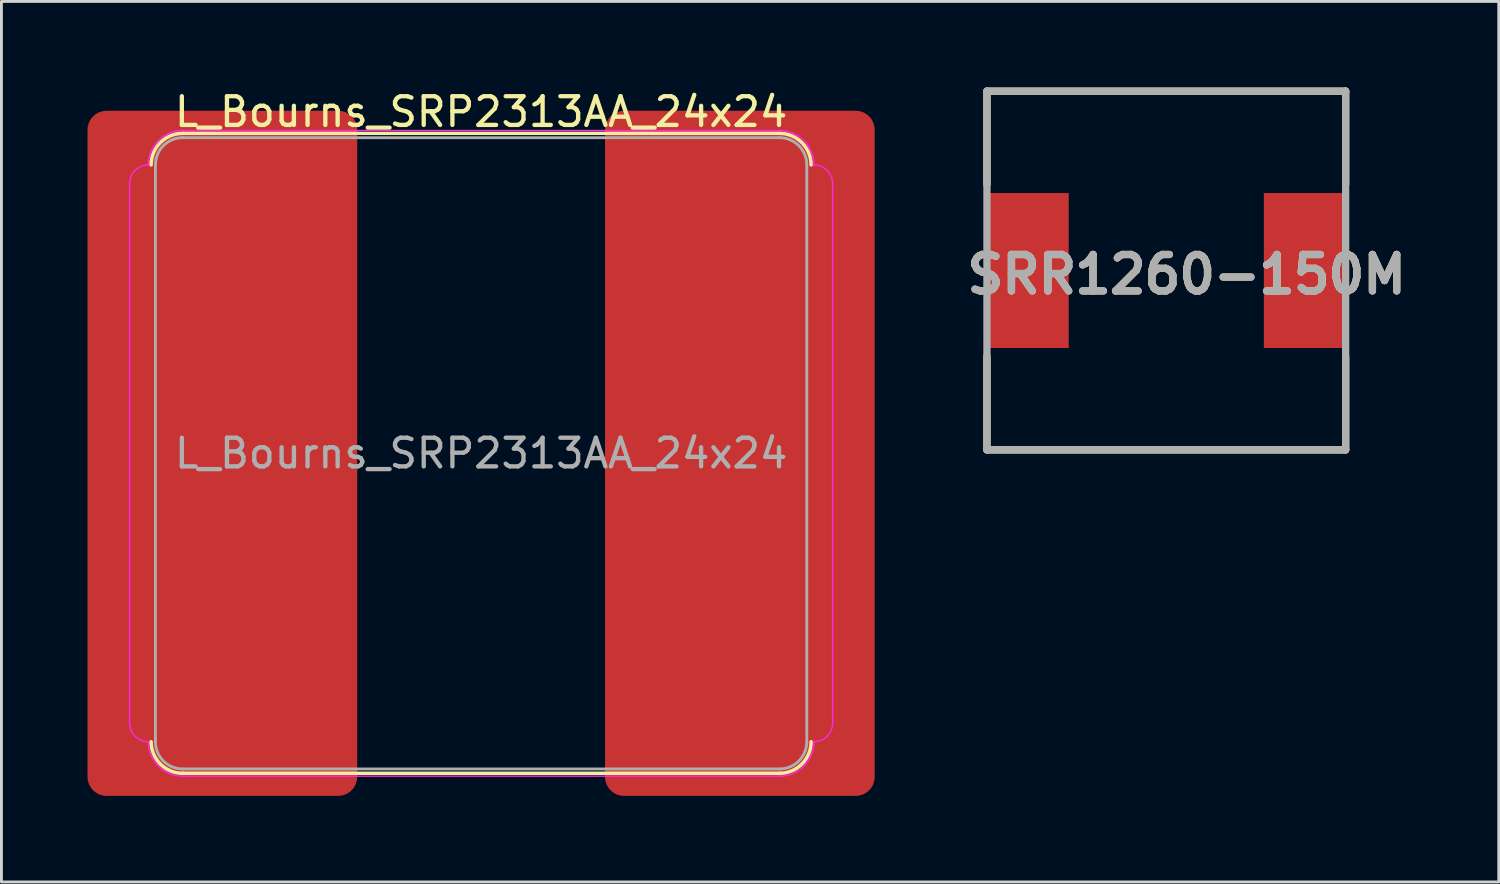
<source format=kicad_pcb>
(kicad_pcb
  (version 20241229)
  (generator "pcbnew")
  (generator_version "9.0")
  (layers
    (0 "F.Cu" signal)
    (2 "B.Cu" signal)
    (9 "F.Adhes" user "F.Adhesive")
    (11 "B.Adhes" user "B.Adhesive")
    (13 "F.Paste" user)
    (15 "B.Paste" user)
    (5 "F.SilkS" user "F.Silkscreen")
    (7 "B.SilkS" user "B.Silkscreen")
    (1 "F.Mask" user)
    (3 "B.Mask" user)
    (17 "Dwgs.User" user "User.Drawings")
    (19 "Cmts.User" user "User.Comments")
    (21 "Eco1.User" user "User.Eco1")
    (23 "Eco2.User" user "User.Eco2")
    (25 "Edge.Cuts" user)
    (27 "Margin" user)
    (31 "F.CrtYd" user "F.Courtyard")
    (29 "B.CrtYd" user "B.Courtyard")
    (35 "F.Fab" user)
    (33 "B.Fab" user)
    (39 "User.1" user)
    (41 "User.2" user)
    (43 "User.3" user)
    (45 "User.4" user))
  (footprint "L_Bourns_SRP2313AA_24x24"
    (layer "F.Cu")
    (at 13.716 12.748)
    (property "Reference" "L_Bourns_SRP2313AA_24x24" (at 0 -11.9 0) (layer "F.SilkS") (effects (font (size 1 1) (thickness 0.15))))
    (attr smd)
    (fp_line (start -10.4 -11.15) (end 10.4 -11.15) (stroke (width 0.12) (type solid)) (layer "F.SilkS"))
    (fp_line (start 10.4 11.15) (end -10.4 11.15) (stroke (width 0.12) (type solid)) (layer "F.SilkS"))
    (fp_arc (start -11.5 -10.05) (mid -11.177817 -10.827817) (end -10.4 -11.15) (stroke (width 0.12) (type solid)) (layer "F.SilkS"))
    (fp_arc (start -10.4 11.15) (mid -11.177817 10.827817) (end -11.5 10.05) (stroke (width 0.12) (type solid)) (layer "F.SilkS"))
    (fp_arc (start 10.4 -11.15) (mid 11.177817 -10.827817) (end 11.5 -10.05) (stroke (width 0.12) (type solid)) (layer "F.SilkS"))
    (fp_arc (start 11.5 10.05) (mid 11.177817 10.827817) (end 10.4 11.15) (stroke (width 0.12) (type solid)) (layer "F.SilkS"))
    (fp_line (start -12.25 9.4) (end -12.25 -9.4) (stroke (width 0.05) (type solid)) (layer "F.CrtYd"))
    (fp_line (start -10.4 -11.25) (end 10.4 -11.25) (stroke (width 0.05) (type solid)) (layer "F.CrtYd"))
    (fp_line (start 10.4 11.25) (end -10.4 11.25) (stroke (width 0.05) (type solid)) (layer "F.CrtYd"))
    (fp_line (start 12.25 -9.4) (end 12.25 9.4) (stroke (width 0.05) (type solid)) (layer "F.CrtYd"))
    (fp_arc (start -12.25 -9.4) (mid -12.059619 -9.859619) (end -11.6 -10.05) (stroke (width 0.05) (type solid)) (layer "F.CrtYd"))
    (fp_arc (start -11.6 -10.05) (mid -11.248528 -10.898528) (end -10.4 -11.25) (stroke (width 0.05) (type solid)) (layer "F.CrtYd"))
    (fp_arc (start -11.6 10.05) (mid -12.059619 9.859619) (end -12.25 9.4) (stroke (width 0.05) (type solid)) (layer "F.CrtYd"))
    (fp_arc (start -10.4 11.25) (mid -11.248528 10.898528) (end -11.6 10.05) (stroke (width 0.05) (type solid)) (layer "F.CrtYd"))
    (fp_arc (start 10.4 -11.25) (mid 11.248528 -10.898528) (end 11.6 -10.05) (stroke (width 0.05) (type solid)) (layer "F.CrtYd"))
    (fp_arc (start 11.6 -10.05) (mid 12.059619 -9.859619) (end 12.25 -9.4) (stroke (width 0.05) (type solid)) (layer "F.CrtYd"))
    (fp_arc (start 11.6 10.05) (mid 11.248528 10.898528) (end 10.4 11.25) (stroke (width 0.05) (type solid)) (layer "F.CrtYd"))
    (fp_arc (start 12.25 9.4) (mid 12.059619 9.859619) (end 11.6 10.05) (stroke (width 0.05) (type solid)) (layer "F.CrtYd"))
    (fp_line (start -11.35 -10.05) (end -11.35 10.05) (stroke (width 0.1) (type solid)) (layer "F.Fab"))
    (fp_line (start -10.4 -11) (end 10.4 -11) (stroke (width 0.1) (type solid)) (layer "F.Fab"))
    (fp_line (start 10.4 11) (end -10.4 11) (stroke (width 0.1) (type solid)) (layer "F.Fab"))
    (fp_line (start 11.35 -10.05) (end 11.35 10.05) (stroke (width 0.1) (type solid)) (layer "F.Fab"))
    (fp_arc (start -11.35 -10.05) (mid -11.071751 -10.721751) (end -10.4 -11) (stroke (width 0.1) (type solid)) (layer "F.Fab"))
    (fp_arc (start -10.4 11) (mid -11.071751 10.721751) (end -11.35 10.05) (stroke (width 0.1) (type solid)) (layer "F.Fab"))
    (fp_arc (start 10.4 -11) (mid 11.071751 -10.721751) (end 11.35 -10.05) (stroke (width 0.1) (type solid)) (layer "F.Fab"))
    (fp_arc (start 11.35 10.05) (mid 11.071751 10.721751) (end 10.4 11) (stroke (width 0.1) (type solid)) (layer "F.Fab"))
    (fp_text user "${REFERENCE}" (at 0 0 0) (layer "F.Fab") (effects (font (size 1 1) (thickness 0.15))))
    (pad "1" smd roundrect (at -9.017 0) (size 9.398 23.876) (layers "F.Cu" "F.Mask" "F.Paste") (roundrect_rratio 0.07))
    (pad "2" smd roundrect (at 9.017 0) (size 9.398 23.876) (layers "F.Cu" "F.Mask" "F.Paste") (roundrect_rratio 0.07)))
  (footprint "SRR1260-150M"
    (layer "F.Cu")
    (at 37.594 6.377)
    (property "Reference" "SRR1260-150M" (at 0.712 0.137 0) (layer "F.SilkS") (effects (font (size 1.27 1.27) (thickness 0.254))))
    (attr smd)
    (fp_line (start -6.25 -6.25) (end -6.25 -3) (stroke (width 0.254) (type solid)) (layer "F.SilkS"))
    (fp_line (start -6.25 -6.25) (end 6.25 -6.25) (stroke (width 0.254) (type solid)) (layer "F.SilkS"))
    (fp_line (start -6.25 6.25) (end -6.25 3) (stroke (width 0.254) (type solid)) (layer "F.SilkS"))
    (fp_line (start -6.25 6.25) (end 6.25 6.25) (stroke (width 0.254) (type solid)) (layer "F.SilkS"))
    (fp_line (start 6.25 -6.25) (end 6.25 -3) (stroke (width 0.254) (type solid)) (layer "F.SilkS"))
    (fp_line (start 6.25 6.25) (end 6.25 3) (stroke (width 0.254) (type solid)) (layer "F.SilkS"))
    (fp_line (start -6.25 -6.25) (end 6.25 -6.25) (stroke (width 0.254) (type solid)) (layer "F.Fab"))
    (fp_line (start -6.25 6.25) (end -6.25 -6.25) (stroke (width 0.254) (type solid)) (layer "F.Fab"))
    (fp_line (start 6.25 -6.25) (end 6.25 6.25) (stroke (width 0.254) (type solid)) (layer "F.Fab"))
    (fp_line (start 6.25 6.25) (end -6.25 6.25) (stroke (width 0.254) (type solid)) (layer "F.Fab"))
    (fp_text user "${REFERENCE}" (at 0.712 0.137 0) (layer "F.Fab") (effects (font (size 1.27 1.27) (thickness 0.254))))
    (pad "1" smd rect (at -4.85 0) (size 2.9 5.4) (layers "F.Cu" "F.Mask" "F.Paste"))
    (pad "2" smd rect (at 4.85 0) (size 2.9 5.4) (layers "F.Cu" "F.Mask" "F.Paste")))
  (gr_rect
    (start -3 -3)
    (end 49.18 27.686)
    (stroke (width 0.1) (type default))
    (fill no)
    (layer "Edge.Cuts")))
</source>
